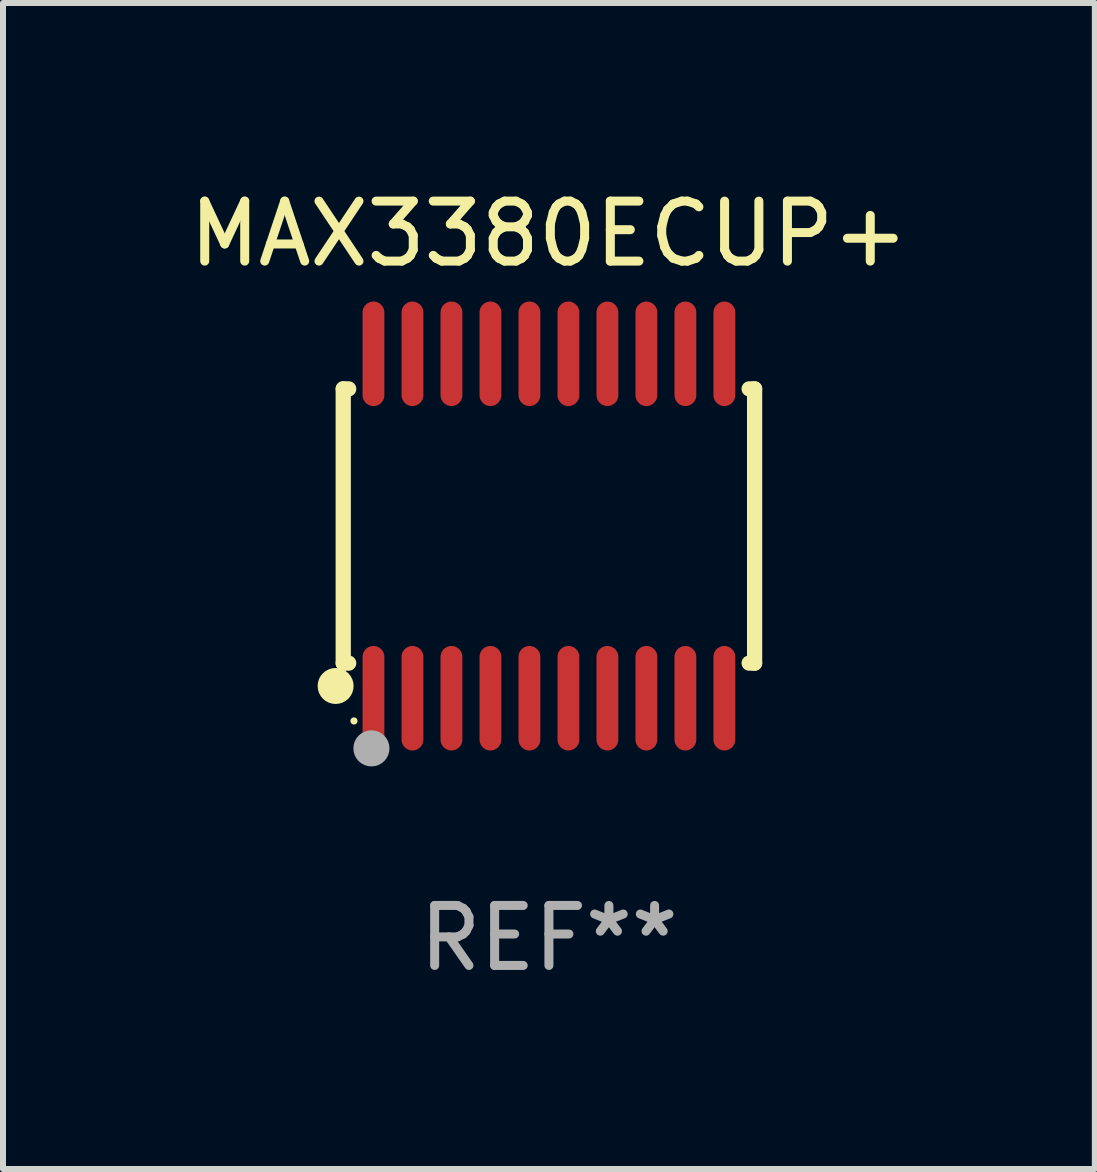
<source format=kicad_pcb>
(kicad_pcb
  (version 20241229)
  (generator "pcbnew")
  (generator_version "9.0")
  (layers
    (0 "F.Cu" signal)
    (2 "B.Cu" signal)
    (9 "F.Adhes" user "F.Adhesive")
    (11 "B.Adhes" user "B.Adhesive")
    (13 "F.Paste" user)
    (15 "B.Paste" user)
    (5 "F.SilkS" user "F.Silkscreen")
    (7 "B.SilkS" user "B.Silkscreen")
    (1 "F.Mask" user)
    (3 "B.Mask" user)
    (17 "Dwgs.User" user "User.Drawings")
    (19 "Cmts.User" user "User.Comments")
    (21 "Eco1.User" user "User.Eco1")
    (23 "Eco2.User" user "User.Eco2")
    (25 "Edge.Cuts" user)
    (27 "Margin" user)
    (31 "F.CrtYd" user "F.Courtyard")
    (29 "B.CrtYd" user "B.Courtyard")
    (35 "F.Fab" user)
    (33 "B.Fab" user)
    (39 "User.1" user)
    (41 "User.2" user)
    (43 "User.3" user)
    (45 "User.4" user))
  (footprint "MAX3380ECUP+"
    (layer "F.Cu")
    (at 6.101 5.719)
    (property "Reference" "MAX3380ECUP+" (at 0 -4.871 0) (layer "F.SilkS") (effects (font (size 1 1) (thickness 0.15))))
    (attr through_hole)
    (fp_line (start -3.429 -2.286) (end -3.429 2.286) (stroke (width 0.254) (type solid)) (layer "F.SilkS"))
    (fp_line (start -3.429 2.286) (end -3.338 2.286) (stroke (width 0.254) (type solid)) (layer "F.SilkS"))
    (fp_line (start -3.338 -2.286) (end -3.429 -2.286) (stroke (width 0.254) (type solid)) (layer "F.SilkS"))
    (fp_line (start 3.338 -2.286) (end 3.429 -2.286) (stroke (width 0.254) (type solid)) (layer "F.SilkS"))
    (fp_line (start 3.429 -2.286) (end 3.429 2.286) (stroke (width 0.254) (type solid)) (layer "F.SilkS"))
    (fp_line (start 3.429 2.286) (end 3.338 2.286) (stroke (width 0.254) (type solid)) (layer "F.SilkS"))
    (fp_circle (center -3.556 2.667) (end -3.406 2.667) (stroke (width 0.3) (type solid)) (fill no) (layer "F.SilkS"))
    (fp_circle (center -3.25 3.25) (end -3.22 3.25) (stroke (width 0.06) (type solid)) (fill no) (layer "F.SilkS"))
    (fp_circle (center -2.959 3.707) (end -2.808 3.707) (stroke (width 0.3) (type solid)) (fill no) (layer "F.Fab"))
    (fp_text user "REF**" (at 0 6.871 0) (layer "F.Fab") (effects (font (size 1 1) (thickness 0.15))))
    (pad "1" smd oval (at -2.925 2.871) (size 0.364 1.742) (layers "F.Cu" "F.Mask" "F.Paste"))
    (pad "2" smd oval (at -2.275 2.871) (size 0.364 1.742) (layers "F.Cu" "F.Mask" "F.Paste"))
    (pad "3" smd oval (at -1.625 2.871) (size 0.364 1.742) (layers "F.Cu" "F.Mask" "F.Paste"))
    (pad "4" smd oval (at -0.975 2.871) (size 0.364 1.742) (layers "F.Cu" "F.Mask" "F.Paste"))
    (pad "5" smd oval (at -0.325 2.871) (size 0.364 1.742) (layers "F.Cu" "F.Mask" "F.Paste"))
    (pad "6" smd oval (at 0.325 2.871) (size 0.364 1.742) (layers "F.Cu" "F.Mask" "F.Paste"))
    (pad "7" smd oval (at 0.975 2.871) (size 0.364 1.742) (layers "F.Cu" "F.Mask" "F.Paste"))
    (pad "8" smd oval (at 1.625 2.871) (size 0.364 1.742) (layers "F.Cu" "F.Mask" "F.Paste"))
    (pad "9" smd oval (at 2.275 2.871) (size 0.364 1.742) (layers "F.Cu" "F.Mask" "F.Paste"))
    (pad "10" smd oval (at 2.925 2.871) (size 0.364 1.742) (layers "F.Cu" "F.Mask" "F.Paste"))
    (pad "11" smd oval (at 2.925 -2.871) (size 0.364 1.742) (layers "F.Cu" "F.Mask" "F.Paste"))
    (pad "12" smd oval (at 2.275 -2.871) (size 0.364 1.742) (layers "F.Cu" "F.Mask" "F.Paste"))
    (pad "13" smd oval (at 1.625 -2.871) (size 0.364 1.742) (layers "F.Cu" "F.Mask" "F.Paste"))
    (pad "14" smd oval (at 0.975 -2.871) (size 0.364 1.742) (layers "F.Cu" "F.Mask" "F.Paste"))
    (pad "15" smd oval (at 0.325 -2.871) (size 0.364 1.742) (layers "F.Cu" "F.Mask" "F.Paste"))
    (pad "16" smd oval (at -0.325 -2.871) (size 0.364 1.742) (layers "F.Cu" "F.Mask" "F.Paste"))
    (pad "17" smd oval (at -0.975 -2.871) (size 0.364 1.742) (layers "F.Cu" "F.Mask" "F.Paste"))
    (pad "18" smd oval (at -1.625 -2.871) (size 0.364 1.742) (layers "F.Cu" "F.Mask" "F.Paste"))
    (pad "19" smd oval (at -2.275 -2.871) (size 0.364 1.742) (layers "F.Cu" "F.Mask" "F.Paste"))
    (pad "20" smd oval (at -2.925 -2.871) (size 0.364 1.742) (layers "F.Cu" "F.Mask" "F.Paste")))
  (gr_rect
    (start -3 -3)
    (end 15.202 16.438)
    (stroke (width 0.1) (type default))
    (fill no)
    (layer "Edge.Cuts")))
</source>
